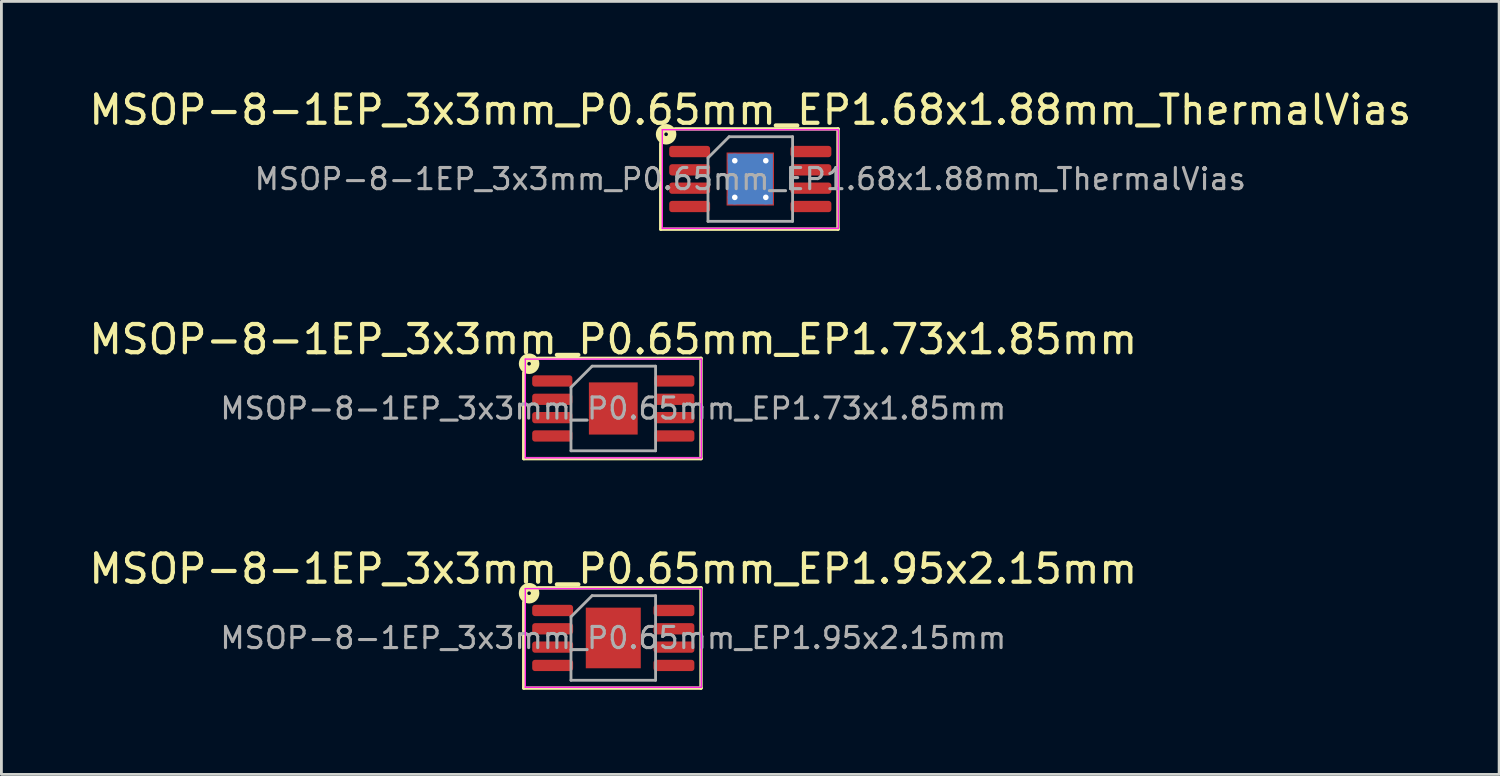
<source format=kicad_pcb>
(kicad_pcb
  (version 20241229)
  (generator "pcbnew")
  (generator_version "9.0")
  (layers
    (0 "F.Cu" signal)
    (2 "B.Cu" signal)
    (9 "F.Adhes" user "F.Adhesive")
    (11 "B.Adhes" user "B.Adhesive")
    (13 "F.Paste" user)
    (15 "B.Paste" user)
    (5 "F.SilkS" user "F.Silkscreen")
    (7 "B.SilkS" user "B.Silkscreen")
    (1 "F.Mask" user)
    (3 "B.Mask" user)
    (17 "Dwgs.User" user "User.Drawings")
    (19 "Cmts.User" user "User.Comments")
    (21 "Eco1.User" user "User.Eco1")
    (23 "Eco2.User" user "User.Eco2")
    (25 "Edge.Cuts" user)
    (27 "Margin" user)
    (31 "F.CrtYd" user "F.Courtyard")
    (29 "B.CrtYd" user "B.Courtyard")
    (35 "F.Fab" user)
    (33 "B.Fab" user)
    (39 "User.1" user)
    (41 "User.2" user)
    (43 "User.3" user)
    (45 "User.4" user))
  (footprint "MSOP-8-1EP_3x3mm_P0.65mm_EP1.73x1.85mm"
    (layer "F.Cu")
    (at 18.696 11.434)
    (property "Reference" "MSOP-8-1EP_3x3mm_P0.65mm_EP1.73x1.85mm" (at 0 -2.45 0) (layer "F.SilkS") (effects (font (size 1 1) (thickness 0.15))))
    (attr smd)
    (fp_line (start -3.175 1.778) (end -3.175 -1.27) (stroke (width 0.12) (type solid)) (layer "F.SilkS"))
    (fp_line (start -2.667 -1.778) (end 3.111 -1.778) (stroke (width 0.12) (type solid)) (layer "F.SilkS"))
    (fp_line (start 3.111 -1.778) (end 3.111 1.778) (stroke (width 0.12) (type solid)) (layer "F.SilkS"))
    (fp_line (start 3.111 1.778) (end -3.175 1.778) (stroke (width 0.12) (type solid)) (layer "F.SilkS"))
    (fp_circle (center -2.985 -1.587) (end -2.921 -1.587) (stroke (width 0.3) (type solid)) (fill no) (layer "F.SilkS"))
    (fp_line (start -3.12 -1.75) (end -3.12 1.75) (stroke (width 0.05) (type solid)) (layer "F.CrtYd"))
    (fp_line (start -3.12 1.75) (end 3.12 1.75) (stroke (width 0.05) (type solid)) (layer "F.CrtYd"))
    (fp_line (start 3.12 -1.75) (end -3.12 -1.75) (stroke (width 0.05) (type solid)) (layer "F.CrtYd"))
    (fp_line (start 3.12 1.75) (end 3.12 -1.75) (stroke (width 0.05) (type solid)) (layer "F.CrtYd"))
    (fp_line (start -1.5 -0.75) (end -0.75 -1.5) (stroke (width 0.1) (type solid)) (layer "F.Fab"))
    (fp_line (start -1.5 1.5) (end -1.5 -0.75) (stroke (width 0.1) (type solid)) (layer "F.Fab"))
    (fp_line (start -0.75 -1.5) (end 1.5 -1.5) (stroke (width 0.1) (type solid)) (layer "F.Fab"))
    (fp_line (start 1.5 -1.5) (end 1.5 1.5) (stroke (width 0.1) (type solid)) (layer "F.Fab"))
    (fp_line (start 1.5 1.5) (end -1.5 1.5) (stroke (width 0.1) (type solid)) (layer "F.Fab"))
    (fp_text user "${REFERENCE}" (at 0 0 0) (layer "F.Fab") (effects (font (size 0.75 0.75) (thickness 0.11))))
    (pad "" smd roundrect (at -0.43 -0.46) (size 0.7 0.75) (layers "F.Paste") (roundrect_rratio 0.25))
    (pad "" smd roundrect (at -0.43 0.46) (size 0.7 0.75) (layers "F.Paste") (roundrect_rratio 0.25))
    (pad "" smd roundrect (at 0.43 -0.46) (size 0.7 0.75) (layers "F.Paste") (roundrect_rratio 0.25))
    (pad "" smd roundrect (at 0.43 0.46) (size 0.7 0.75) (layers "F.Paste") (roundrect_rratio 0.25))
    (pad "1" smd roundrect (at -2.163 -0.975) (size 1.425 0.4) (layers "F.Cu" "F.Mask" "F.Paste") (roundrect_rratio 0.25))
    (pad "2" smd roundrect (at -2.163 -0.325) (size 1.425 0.4) (layers "F.Cu" "F.Mask" "F.Paste") (roundrect_rratio 0.25))
    (pad "3" smd roundrect (at -2.163 0.325) (size 1.425 0.4) (layers "F.Cu" "F.Mask" "F.Paste") (roundrect_rratio 0.25))
    (pad "4" smd roundrect (at -2.163 0.975) (size 1.425 0.4) (layers "F.Cu" "F.Mask" "F.Paste") (roundrect_rratio 0.25))
    (pad "5" smd roundrect (at 2.163 0.975) (size 1.425 0.4) (layers "F.Cu" "F.Mask" "F.Paste") (roundrect_rratio 0.25))
    (pad "6" smd roundrect (at 2.163 0.325) (size 1.425 0.4) (layers "F.Cu" "F.Mask" "F.Paste") (roundrect_rratio 0.25))
    (pad "7" smd roundrect (at 2.163 -0.325) (size 1.425 0.4) (layers "F.Cu" "F.Mask" "F.Paste") (roundrect_rratio 0.25))
    (pad "8" smd roundrect (at 2.163 -0.975) (size 1.425 0.4) (layers "F.Cu" "F.Mask" "F.Paste") (roundrect_rratio 0.25))
    (pad "9" smd rect (at 0 0) (size 1.73 1.85) (layers "F.Cu" "F.Mask")))
  (footprint "MSOP-8-1EP_3x3mm_P0.65mm_EP1.95x2.15mm"
    (layer "F.Cu")
    (at 18.696 19.571)
    (property "Reference" "MSOP-8-1EP_3x3mm_P0.65mm_EP1.95x2.15mm" (at 0 -2.45 0) (layer "F.SilkS") (effects (font (size 1 1) (thickness 0.15))))
    (attr smd)
    (fp_line (start -3.175 1.778) (end -3.175 -1.27) (stroke (width 0.12) (type solid)) (layer "F.SilkS"))
    (fp_line (start -2.667 -1.778) (end 3.111 -1.778) (stroke (width 0.12) (type solid)) (layer "F.SilkS"))
    (fp_line (start 3.111 -1.778) (end 3.111 1.778) (stroke (width 0.12) (type solid)) (layer "F.SilkS"))
    (fp_line (start 3.111 1.778) (end -3.175 1.778) (stroke (width 0.12) (type solid)) (layer "F.SilkS"))
    (fp_circle (center -2.985 -1.587) (end -2.921 -1.587) (stroke (width 0.3) (type solid)) (fill no) (layer "F.SilkS"))
    (fp_line (start -3.12 -1.75) (end -3.12 1.75) (stroke (width 0.05) (type solid)) (layer "F.CrtYd"))
    (fp_line (start -3.12 1.75) (end 3.12 1.75) (stroke (width 0.05) (type solid)) (layer "F.CrtYd"))
    (fp_line (start 3.12 -1.75) (end -3.12 -1.75) (stroke (width 0.05) (type solid)) (layer "F.CrtYd"))
    (fp_line (start 3.12 1.75) (end 3.12 -1.75) (stroke (width 0.05) (type solid)) (layer "F.CrtYd"))
    (fp_line (start -1.5 -0.75) (end -0.75 -1.5) (stroke (width 0.1) (type solid)) (layer "F.Fab"))
    (fp_line (start -1.5 1.5) (end -1.5 -0.75) (stroke (width 0.1) (type solid)) (layer "F.Fab"))
    (fp_line (start -0.75 -1.5) (end 1.5 -1.5) (stroke (width 0.1) (type solid)) (layer "F.Fab"))
    (fp_line (start 1.5 -1.5) (end 1.5 1.5) (stroke (width 0.1) (type solid)) (layer "F.Fab"))
    (fp_line (start 1.5 1.5) (end -1.5 1.5) (stroke (width 0.1) (type solid)) (layer "F.Fab"))
    (fp_text user "${REFERENCE}" (at 0 0 0) (layer "F.Fab") (effects (font (size 0.75 0.75) (thickness 0.11))))
    (pad "" smd roundrect (at -0.49 -0.54) (size 0.79 0.87) (layers "F.Paste") (roundrect_rratio 0.25))
    (pad "" smd roundrect (at -0.49 0.54) (size 0.79 0.87) (layers "F.Paste") (roundrect_rratio 0.25))
    (pad "" smd roundrect (at 0.49 -0.54) (size 0.79 0.87) (layers "F.Paste") (roundrect_rratio 0.25))
    (pad "" smd roundrect (at 0.49 0.54) (size 0.79 0.87) (layers "F.Paste") (roundrect_rratio 0.25))
    (pad "1" smd roundrect (at -2.15 -0.975) (size 1.45 0.4) (layers "F.Cu" "F.Mask" "F.Paste") (roundrect_rratio 0.25))
    (pad "2" smd roundrect (at -2.15 -0.325) (size 1.45 0.4) (layers "F.Cu" "F.Mask" "F.Paste") (roundrect_rratio 0.25))
    (pad "3" smd roundrect (at -2.15 0.325) (size 1.45 0.4) (layers "F.Cu" "F.Mask" "F.Paste") (roundrect_rratio 0.25))
    (pad "4" smd roundrect (at -2.15 0.975) (size 1.45 0.4) (layers "F.Cu" "F.Mask" "F.Paste") (roundrect_rratio 0.25))
    (pad "5" smd roundrect (at 2.15 0.975) (size 1.45 0.4) (layers "F.Cu" "F.Mask" "F.Paste") (roundrect_rratio 0.25))
    (pad "6" smd roundrect (at 2.15 0.325) (size 1.45 0.4) (layers "F.Cu" "F.Mask" "F.Paste") (roundrect_rratio 0.25))
    (pad "7" smd roundrect (at 2.15 -0.325) (size 1.45 0.4) (layers "F.Cu" "F.Mask" "F.Paste") (roundrect_rratio 0.25))
    (pad "8" smd roundrect (at 2.15 -0.975) (size 1.45 0.4) (layers "F.Cu" "F.Mask" "F.Paste") (roundrect_rratio 0.25))
    (pad "9" smd rect (at 0 0) (size 1.95 2.15) (layers "F.Cu" "F.Mask")))
  (footprint "MSOP-8-1EP_3x3mm_P0.65mm_EP1.68x1.88mm_ThermalVias"
    (layer "F.Cu")
    (at 23.554 3.298)
    (property "Reference" "MSOP-8-1EP_3x3mm_P0.65mm_EP1.68x1.88mm_ThermalVias" (at 0 -2.45 0) (layer "F.SilkS") (effects (font (size 1 1) (thickness 0.15))))
    (attr smd)
    (fp_line (start -3.175 1.778) (end -3.175 -1.27) (stroke (width 0.12) (type solid)) (layer "F.SilkS"))
    (fp_line (start -2.667 -1.778) (end 3.111 -1.778) (stroke (width 0.12) (type solid)) (layer "F.SilkS"))
    (fp_line (start 3.111 -1.778) (end 3.111 1.778) (stroke (width 0.12) (type solid)) (layer "F.SilkS"))
    (fp_line (start 3.111 1.778) (end -3.175 1.778) (stroke (width 0.12) (type solid)) (layer "F.SilkS"))
    (fp_circle (center -2.985 -1.587) (end -2.921 -1.587) (stroke (width 0.3) (type solid)) (fill no) (layer "F.SilkS"))
    (fp_line (start -3.12 -1.75) (end -3.12 1.75) (stroke (width 0.05) (type solid)) (layer "F.CrtYd"))
    (fp_line (start -3.12 1.75) (end 3.12 1.75) (stroke (width 0.05) (type solid)) (layer "F.CrtYd"))
    (fp_line (start 3.12 -1.75) (end -3.12 -1.75) (stroke (width 0.05) (type solid)) (layer "F.CrtYd"))
    (fp_line (start 3.12 1.75) (end 3.12 -1.75) (stroke (width 0.05) (type solid)) (layer "F.CrtYd"))
    (fp_line (start -1.5 -0.75) (end -0.75 -1.5) (stroke (width 0.1) (type solid)) (layer "F.Fab"))
    (fp_line (start -1.5 1.5) (end -1.5 -0.75) (stroke (width 0.1) (type solid)) (layer "F.Fab"))
    (fp_line (start -0.75 -1.5) (end 1.5 -1.5) (stroke (width 0.1) (type solid)) (layer "F.Fab"))
    (fp_line (start 1.5 -1.5) (end 1.5 1.5) (stroke (width 0.1) (type solid)) (layer "F.Fab"))
    (fp_line (start 1.5 1.5) (end -1.5 1.5) (stroke (width 0.1) (type solid)) (layer "F.Fab"))
    (fp_text user "${REFERENCE}" (at 0 0 0) (layer "F.Fab") (effects (font (size 0.75 0.75) (thickness 0.11))))
    (pad "" smd roundrect (at -0.42 -0.47) (size 0.7 0.79) (layers "F.Paste") (roundrect_rratio 0.25))
    (pad "" smd roundrect (at -0.42 0.47) (size 0.7 0.79) (layers "F.Paste") (roundrect_rratio 0.25))
    (pad "" smd roundrect (at 0.42 -0.47) (size 0.7 0.79) (layers "F.Paste") (roundrect_rratio 0.25))
    (pad "" smd roundrect (at 0.42 0.47) (size 0.7 0.79) (layers "F.Paste") (roundrect_rratio 0.25))
    (pad "1" smd roundrect (at -2.15 -0.975) (size 1.45 0.4) (layers "F.Cu" "F.Mask" "F.Paste") (roundrect_rratio 0.25))
    (pad "2" smd roundrect (at -2.15 -0.325) (size 1.45 0.4) (layers "F.Cu" "F.Mask" "F.Paste") (roundrect_rratio 0.25))
    (pad "3" smd roundrect (at -2.15 0.325) (size 1.45 0.4) (layers "F.Cu" "F.Mask" "F.Paste") (roundrect_rratio 0.25))
    (pad "4" smd roundrect (at -2.15 0.975) (size 1.45 0.4) (layers "F.Cu" "F.Mask" "F.Paste") (roundrect_rratio 0.25))
    (pad "5" smd roundrect (at 2.15 0.975) (size 1.45 0.4) (layers "F.Cu" "F.Mask" "F.Paste") (roundrect_rratio 0.25))
    (pad "6" smd roundrect (at 2.15 0.325) (size 1.45 0.4) (layers "F.Cu" "F.Mask" "F.Paste") (roundrect_rratio 0.25))
    (pad "7" smd roundrect (at 2.15 -0.325) (size 1.45 0.4) (layers "F.Cu" "F.Mask" "F.Paste") (roundrect_rratio 0.25))
    (pad "8" smd roundrect (at 2.15 -0.975) (size 1.45 0.4) (layers "F.Cu" "F.Mask" "F.Paste") (roundrect_rratio 0.25))
    (pad "9" thru_hole circle (at -0.55 -0.65) (size 0.5 0.5) (drill 0.2) (layers "*.Cu"))
    (pad "9" thru_hole circle (at -0.55 0.65) (size 0.5 0.5) (drill 0.2) (layers "*.Cu"))
    (pad "9" smd rect (at 0 0) (size 1.6 1.8) (layers "B.Cu" "B.Mask"))
    (pad "9" smd rect (at 0 0) (size 1.68 1.88) (layers "F.Cu" "F.Mask"))
    (pad "9" thru_hole circle (at 0.55 -0.65) (size 0.5 0.5) (drill 0.2) (layers "*.Cu"))
    (pad "9" thru_hole circle (at 0.55 0.65) (size 0.5 0.5) (drill 0.2) (layers "*.Cu")))
  (gr_rect
    (start -3 -3)
    (end 50.107 24.409)
    (stroke (width 0.1) (type default))
    (fill no)
    (layer "Edge.Cuts")))
</source>
